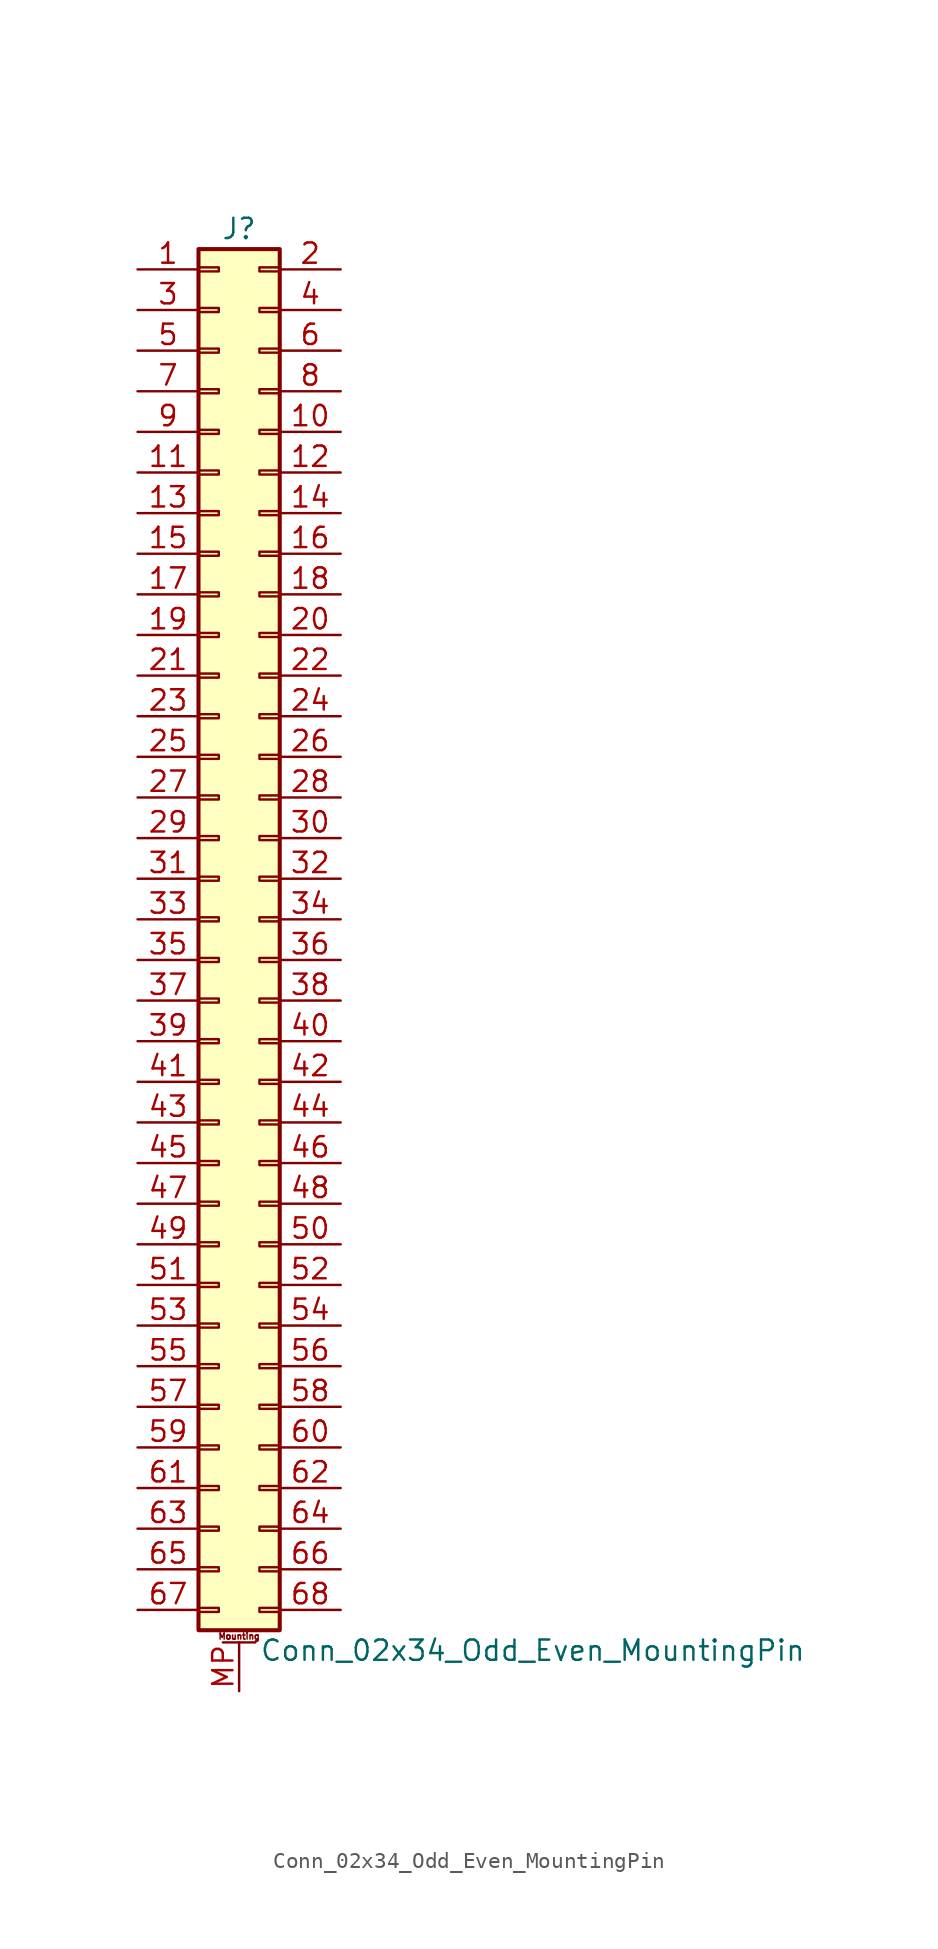
<source format=kicad_sym>
(kicad_symbol_lib
  (version 20201005)
  (generator kicad_symbol_editor)
  (symbol "Conn_02x34_Odd_Even_MountingPin"
    (pin_names
      (offset 1.016) hide)
    (property "Reference" "J"
      (at 1.27 43.18 0)
      (effects (font (size 1.27 1.27))))
    (property "Value" "Conn_02x34_Odd_Even_MountingPin"
      (at 2.54 -45.72 0)
      (effects (font (size 1.27 1.27)) (justify left)))
    (symbol "Conn_02x34_Odd_Even_MountingPin_1_1"
      (text "Mounting" (at 1.27 -44.831 0) (effects (font (size 0.381 0.381))))
      (rectangle (start -1.27 -43.053) (end 0 -43.307) (stroke (width 0.152)) (fill (type none)))
      (rectangle (start -1.27 -40.513) (end 0 -40.767) (stroke (width 0.152)) (fill (type none)))
      (rectangle (start -1.27 -37.973) (end 0 -38.227) (stroke (width 0.152)) (fill (type none)))
      (rectangle (start -1.27 -35.433) (end 0 -35.687) (stroke (width 0.152)) (fill (type none)))
      (rectangle (start -1.27 -32.893) (end 0 -33.147) (stroke (width 0.152)) (fill (type none)))
      (rectangle (start -1.27 -30.353) (end 0 -30.607) (stroke (width 0.152)) (fill (type none)))
      (rectangle (start -1.27 -27.813) (end 0 -28.067) (stroke (width 0.152)) (fill (type none)))
      (rectangle (start -1.27 -25.273) (end 0 -25.527) (stroke (width 0.152)) (fill (type none)))
      (rectangle (start -1.27 -22.733) (end 0 -22.987) (stroke (width 0.152)) (fill (type none)))
      (rectangle (start -1.27 -20.193) (end 0 -20.447) (stroke (width 0.152)) (fill (type none)))
      (rectangle (start -1.27 -17.653) (end 0 -17.907) (stroke (width 0.152)) (fill (type none)))
      (rectangle (start -1.27 -15.113) (end 0 -15.367) (stroke (width 0.152)) (fill (type none)))
      (rectangle (start -1.27 -12.573) (end 0 -12.827) (stroke (width 0.152)) (fill (type none)))
      (rectangle (start -1.27 -10.033) (end 0 -10.287) (stroke (width 0.152)) (fill (type none)))
      (rectangle (start -1.27 -7.493) (end 0 -7.747) (stroke (width 0.152)) (fill (type none)))
      (rectangle (start -1.27 -4.953) (end 0 -5.207) (stroke (width 0.152)) (fill (type none)))
      (rectangle (start -1.27 -2.413) (end 0 -2.667) (stroke (width 0.152)) (fill (type none)))
      (rectangle (start -1.27 0.127) (end 0 -0.127) (stroke (width 0.152)) (fill (type none)))
      (rectangle (start -1.27 2.667) (end 0 2.413) (stroke (width 0.152)) (fill (type none)))
      (rectangle (start -1.27 5.207) (end 0 4.953) (stroke (width 0.152)) (fill (type none)))
      (rectangle (start -1.27 7.747) (end 0 7.493) (stroke (width 0.152)) (fill (type none)))
      (rectangle (start -1.27 10.287) (end 0 10.033) (stroke (width 0.152)) (fill (type none)))
      (rectangle (start -1.27 12.827) (end 0 12.573) (stroke (width 0.152)) (fill (type none)))
      (rectangle (start -1.27 15.367) (end 0 15.113) (stroke (width 0.152)) (fill (type none)))
      (rectangle (start -1.27 17.907) (end 0 17.653) (stroke (width 0.152)) (fill (type none)))
      (rectangle (start -1.27 20.447) (end 0 20.193) (stroke (width 0.152)) (fill (type none)))
      (rectangle (start -1.27 22.987) (end 0 22.733) (stroke (width 0.152)) (fill (type none)))
      (rectangle (start -1.27 25.527) (end 0 25.273) (stroke (width 0.152)) (fill (type none)))
      (rectangle (start -1.27 28.067) (end 0 27.813) (stroke (width 0.152)) (fill (type none)))
      (rectangle (start -1.27 30.607) (end 0 30.353) (stroke (width 0.152)) (fill (type none)))
      (rectangle (start -1.27 33.147) (end 0 32.893) (stroke (width 0.152)) (fill (type none)))
      (rectangle (start -1.27 35.687) (end 0 35.433) (stroke (width 0.152)) (fill (type none)))
      (rectangle (start -1.27 38.227) (end 0 37.973) (stroke (width 0.152)) (fill (type none)))
      (rectangle (start -1.27 40.767) (end 0 40.513) (stroke (width 0.152)) (fill (type none)))
      (rectangle (start 3.81 -43.053) (end 2.54 -43.307) (stroke (width 0.152)) (fill (type none)))
      (rectangle (start 3.81 -40.513) (end 2.54 -40.767) (stroke (width 0.152)) (fill (type none)))
      (rectangle (start 3.81 -37.973) (end 2.54 -38.227) (stroke (width 0.152)) (fill (type none)))
      (rectangle (start 3.81 -35.433) (end 2.54 -35.687) (stroke (width 0.152)) (fill (type none)))
      (rectangle (start 3.81 -32.893) (end 2.54 -33.147) (stroke (width 0.152)) (fill (type none)))
      (rectangle (start 3.81 -30.353) (end 2.54 -30.607) (stroke (width 0.152)) (fill (type none)))
      (rectangle (start 3.81 -27.813) (end 2.54 -28.067) (stroke (width 0.152)) (fill (type none)))
      (rectangle (start 3.81 -25.273) (end 2.54 -25.527) (stroke (width 0.152)) (fill (type none)))
      (rectangle (start 3.81 -22.733) (end 2.54 -22.987) (stroke (width 0.152)) (fill (type none)))
      (rectangle (start 3.81 -20.193) (end 2.54 -20.447) (stroke (width 0.152)) (fill (type none)))
      (rectangle (start 3.81 -17.653) (end 2.54 -17.907) (stroke (width 0.152)) (fill (type none)))
      (rectangle (start 3.81 -15.113) (end 2.54 -15.367) (stroke (width 0.152)) (fill (type none)))
      (rectangle (start 3.81 -12.573) (end 2.54 -12.827) (stroke (width 0.152)) (fill (type none)))
      (rectangle (start 3.81 -10.033) (end 2.54 -10.287) (stroke (width 0.152)) (fill (type none)))
      (rectangle (start 3.81 -7.493) (end 2.54 -7.747) (stroke (width 0.152)) (fill (type none)))
      (rectangle (start 3.81 -4.953) (end 2.54 -5.207) (stroke (width 0.152)) (fill (type none)))
      (rectangle (start 3.81 -2.413) (end 2.54 -2.667) (stroke (width 0.152)) (fill (type none)))
      (rectangle (start 3.81 0.127) (end 2.54 -0.127) (stroke (width 0.152)) (fill (type none)))
      (rectangle (start 3.81 2.667) (end 2.54 2.413) (stroke (width 0.152)) (fill (type none)))
      (rectangle (start 3.81 5.207) (end 2.54 4.953) (stroke (width 0.152)) (fill (type none)))
      (rectangle (start 3.81 7.747) (end 2.54 7.493) (stroke (width 0.152)) (fill (type none)))
      (rectangle (start 3.81 10.287) (end 2.54 10.033) (stroke (width 0.152)) (fill (type none)))
      (rectangle (start 3.81 12.827) (end 2.54 12.573) (stroke (width 0.152)) (fill (type none)))
      (rectangle (start 3.81 15.367) (end 2.54 15.113) (stroke (width 0.152)) (fill (type none)))
      (rectangle (start 3.81 17.907) (end 2.54 17.653) (stroke (width 0.152)) (fill (type none)))
      (rectangle (start 3.81 20.447) (end 2.54 20.193) (stroke (width 0.152)) (fill (type none)))
      (rectangle (start 3.81 22.987) (end 2.54 22.733) (stroke (width 0.152)) (fill (type none)))
      (rectangle (start 3.81 25.527) (end 2.54 25.273) (stroke (width 0.152)) (fill (type none)))
      (rectangle (start 3.81 28.067) (end 2.54 27.813) (stroke (width 0.152)) (fill (type none)))
      (rectangle (start 3.81 30.607) (end 2.54 30.353) (stroke (width 0.152)) (fill (type none)))
      (rectangle (start 3.81 33.147) (end 2.54 32.893) (stroke (width 0.152)) (fill (type none)))
      (rectangle (start 3.81 35.687) (end 2.54 35.433) (stroke (width 0.152)) (fill (type none)))
      (rectangle (start 3.81 38.227) (end 2.54 37.973) (stroke (width 0.152)) (fill (type none)))
      (rectangle (start 3.81 40.767) (end 2.54 40.513) (stroke (width 0.152)) (fill (type none)))
      (rectangle (start -1.27 41.91) (end 3.81 -44.45) (stroke (width 0.254)) (fill (type background)))
      (polyline (pts (xy 0.254 -45.212) (xy 2.286 -45.212)) (stroke (width 0.152)) (fill (type none)))
      (pin passive line (at -5.08 40.64 0) (length 3.81) (name "Pin_1" (effects (font (size 1.27 1.27)))) (number "1" (effects (font (size 1.27 1.27)))))
      (pin passive line (at 7.62 30.48 180) (length 3.81) (name "Pin_10" (effects (font (size 1.27 1.27)))) (number "10" (effects (font (size 1.27 1.27)))))
      (pin passive line (at -5.08 27.94 0) (length 3.81) (name "Pin_11" (effects (font (size 1.27 1.27)))) (number "11" (effects (font (size 1.27 1.27)))))
      (pin passive line (at 7.62 27.94 180) (length 3.81) (name "Pin_12" (effects (font (size 1.27 1.27)))) (number "12" (effects (font (size 1.27 1.27)))))
      (pin passive line (at -5.08 25.4 0) (length 3.81) (name "Pin_13" (effects (font (size 1.27 1.27)))) (number "13" (effects (font (size 1.27 1.27)))))
      (pin passive line (at 7.62 25.4 180) (length 3.81) (name "Pin_14" (effects (font (size 1.27 1.27)))) (number "14" (effects (font (size 1.27 1.27)))))
      (pin passive line (at -5.08 22.86 0) (length 3.81) (name "Pin_15" (effects (font (size 1.27 1.27)))) (number "15" (effects (font (size 1.27 1.27)))))
      (pin passive line (at 7.62 22.86 180) (length 3.81) (name "Pin_16" (effects (font (size 1.27 1.27)))) (number "16" (effects (font (size 1.27 1.27)))))
      (pin passive line (at -5.08 20.32 0) (length 3.81) (name "Pin_17" (effects (font (size 1.27 1.27)))) (number "17" (effects (font (size 1.27 1.27)))))
      (pin passive line (at 7.62 20.32 180) (length 3.81) (name "Pin_18" (effects (font (size 1.27 1.27)))) (number "18" (effects (font (size 1.27 1.27)))))
      (pin passive line (at -5.08 17.78 0) (length 3.81) (name "Pin_19" (effects (font (size 1.27 1.27)))) (number "19" (effects (font (size 1.27 1.27)))))
      (pin passive line (at 7.62 40.64 180) (length 3.81) (name "Pin_2" (effects (font (size 1.27 1.27)))) (number "2" (effects (font (size 1.27 1.27)))))
      (pin passive line (at 7.62 17.78 180) (length 3.81) (name "Pin_20" (effects (font (size 1.27 1.27)))) (number "20" (effects (font (size 1.27 1.27)))))
      (pin passive line (at -5.08 15.24 0) (length 3.81) (name "Pin_21" (effects (font (size 1.27 1.27)))) (number "21" (effects (font (size 1.27 1.27)))))
      (pin passive line (at 7.62 15.24 180) (length 3.81) (name "Pin_22" (effects (font (size 1.27 1.27)))) (number "22" (effects (font (size 1.27 1.27)))))
      (pin passive line (at -5.08 12.7 0) (length 3.81) (name "Pin_23" (effects (font (size 1.27 1.27)))) (number "23" (effects (font (size 1.27 1.27)))))
      (pin passive line (at 7.62 12.7 180) (length 3.81) (name "Pin_24" (effects (font (size 1.27 1.27)))) (number "24" (effects (font (size 1.27 1.27)))))
      (pin passive line (at -5.08 10.16 0) (length 3.81) (name "Pin_25" (effects (font (size 1.27 1.27)))) (number "25" (effects (font (size 1.27 1.27)))))
      (pin passive line (at 7.62 10.16 180) (length 3.81) (name "Pin_26" (effects (font (size 1.27 1.27)))) (number "26" (effects (font (size 1.27 1.27)))))
      (pin passive line (at -5.08 7.62 0) (length 3.81) (name "Pin_27" (effects (font (size 1.27 1.27)))) (number "27" (effects (font (size 1.27 1.27)))))
      (pin passive line (at 7.62 7.62 180) (length 3.81) (name "Pin_28" (effects (font (size 1.27 1.27)))) (number "28" (effects (font (size 1.27 1.27)))))
      (pin passive line (at -5.08 5.08 0) (length 3.81) (name "Pin_29" (effects (font (size 1.27 1.27)))) (number "29" (effects (font (size 1.27 1.27)))))
      (pin passive line (at -5.08 38.1 0) (length 3.81) (name "Pin_3" (effects (font (size 1.27 1.27)))) (number "3" (effects (font (size 1.27 1.27)))))
      (pin passive line (at 7.62 5.08 180) (length 3.81) (name "Pin_30" (effects (font (size 1.27 1.27)))) (number "30" (effects (font (size 1.27 1.27)))))
      (pin passive line (at -5.08 2.54 0) (length 3.81) (name "Pin_31" (effects (font (size 1.27 1.27)))) (number "31" (effects (font (size 1.27 1.27)))))
      (pin passive line (at 7.62 2.54 180) (length 3.81) (name "Pin_32" (effects (font (size 1.27 1.27)))) (number "32" (effects (font (size 1.27 1.27)))))
      (pin passive line (at -5.08 0 0) (length 3.81) (name "Pin_33" (effects (font (size 1.27 1.27)))) (number "33" (effects (font (size 1.27 1.27)))))
      (pin passive line (at 7.62 0 180) (length 3.81) (name "Pin_34" (effects (font (size 1.27 1.27)))) (number "34" (effects (font (size 1.27 1.27)))))
      (pin passive line (at -5.08 -2.54 0) (length 3.81) (name "Pin_35" (effects (font (size 1.27 1.27)))) (number "35" (effects (font (size 1.27 1.27)))))
      (pin passive line (at 7.62 -2.54 180) (length 3.81) (name "Pin_36" (effects (font (size 1.27 1.27)))) (number "36" (effects (font (size 1.27 1.27)))))
      (pin passive line (at -5.08 -5.08 0) (length 3.81) (name "Pin_37" (effects (font (size 1.27 1.27)))) (number "37" (effects (font (size 1.27 1.27)))))
      (pin passive line (at 7.62 -5.08 180) (length 3.81) (name "Pin_38" (effects (font (size 1.27 1.27)))) (number "38" (effects (font (size 1.27 1.27)))))
      (pin passive line (at -5.08 -7.62 0) (length 3.81) (name "Pin_39" (effects (font (size 1.27 1.27)))) (number "39" (effects (font (size 1.27 1.27)))))
      (pin passive line (at 7.62 38.1 180) (length 3.81) (name "Pin_4" (effects (font (size 1.27 1.27)))) (number "4" (effects (font (size 1.27 1.27)))))
      (pin passive line (at 7.62 -7.62 180) (length 3.81) (name "Pin_40" (effects (font (size 1.27 1.27)))) (number "40" (effects (font (size 1.27 1.27)))))
      (pin passive line (at -5.08 -10.16 0) (length 3.81) (name "Pin_41" (effects (font (size 1.27 1.27)))) (number "41" (effects (font (size 1.27 1.27)))))
      (pin passive line (at 7.62 -10.16 180) (length 3.81) (name "Pin_42" (effects (font (size 1.27 1.27)))) (number "42" (effects (font (size 1.27 1.27)))))
      (pin passive line (at -5.08 -12.7 0) (length 3.81) (name "Pin_43" (effects (font (size 1.27 1.27)))) (number "43" (effects (font (size 1.27 1.27)))))
      (pin passive line (at 7.62 -12.7 180) (length 3.81) (name "Pin_44" (effects (font (size 1.27 1.27)))) (number "44" (effects (font (size 1.27 1.27)))))
      (pin passive line (at -5.08 -15.24 0) (length 3.81) (name "Pin_45" (effects (font (size 1.27 1.27)))) (number "45" (effects (font (size 1.27 1.27)))))
      (pin passive line (at 7.62 -15.24 180) (length 3.81) (name "Pin_46" (effects (font (size 1.27 1.27)))) (number "46" (effects (font (size 1.27 1.27)))))
      (pin passive line (at -5.08 -17.78 0) (length 3.81) (name "Pin_47" (effects (font (size 1.27 1.27)))) (number "47" (effects (font (size 1.27 1.27)))))
      (pin passive line (at 7.62 -17.78 180) (length 3.81) (name "Pin_48" (effects (font (size 1.27 1.27)))) (number "48" (effects (font (size 1.27 1.27)))))
      (pin passive line (at -5.08 -20.32 0) (length 3.81) (name "Pin_49" (effects (font (size 1.27 1.27)))) (number "49" (effects (font (size 1.27 1.27)))))
      (pin passive line (at -5.08 35.56 0) (length 3.81) (name "Pin_5" (effects (font (size 1.27 1.27)))) (number "5" (effects (font (size 1.27 1.27)))))
      (pin passive line (at 7.62 -20.32 180) (length 3.81) (name "Pin_50" (effects (font (size 1.27 1.27)))) (number "50" (effects (font (size 1.27 1.27)))))
      (pin passive line (at -5.08 -22.86 0) (length 3.81) (name "Pin_51" (effects (font (size 1.27 1.27)))) (number "51" (effects (font (size 1.27 1.27)))))
      (pin passive line (at 7.62 -22.86 180) (length 3.81) (name "Pin_52" (effects (font (size 1.27 1.27)))) (number "52" (effects (font (size 1.27 1.27)))))
      (pin passive line (at -5.08 -25.4 0) (length 3.81) (name "Pin_53" (effects (font (size 1.27 1.27)))) (number "53" (effects (font (size 1.27 1.27)))))
      (pin passive line (at 7.62 -25.4 180) (length 3.81) (name "Pin_54" (effects (font (size 1.27 1.27)))) (number "54" (effects (font (size 1.27 1.27)))))
      (pin passive line (at -5.08 -27.94 0) (length 3.81) (name "Pin_55" (effects (font (size 1.27 1.27)))) (number "55" (effects (font (size 1.27 1.27)))))
      (pin passive line (at 7.62 -27.94 180) (length 3.81) (name "Pin_56" (effects (font (size 1.27 1.27)))) (number "56" (effects (font (size 1.27 1.27)))))
      (pin passive line (at -5.08 -30.48 0) (length 3.81) (name "Pin_57" (effects (font (size 1.27 1.27)))) (number "57" (effects (font (size 1.27 1.27)))))
      (pin passive line (at 7.62 -30.48 180) (length 3.81) (name "Pin_58" (effects (font (size 1.27 1.27)))) (number "58" (effects (font (size 1.27 1.27)))))
      (pin passive line (at -5.08 -33.02 0) (length 3.81) (name "Pin_59" (effects (font (size 1.27 1.27)))) (number "59" (effects (font (size 1.27 1.27)))))
      (pin passive line (at 7.62 35.56 180) (length 3.81) (name "Pin_6" (effects (font (size 1.27 1.27)))) (number "6" (effects (font (size 1.27 1.27)))))
      (pin passive line (at 7.62 -33.02 180) (length 3.81) (name "Pin_60" (effects (font (size 1.27 1.27)))) (number "60" (effects (font (size 1.27 1.27)))))
      (pin passive line (at -5.08 -35.56 0) (length 3.81) (name "Pin_61" (effects (font (size 1.27 1.27)))) (number "61" (effects (font (size 1.27 1.27)))))
      (pin passive line (at 7.62 -35.56 180) (length 3.81) (name "Pin_62" (effects (font (size 1.27 1.27)))) (number "62" (effects (font (size 1.27 1.27)))))
      (pin passive line (at -5.08 -38.1 0) (length 3.81) (name "Pin_63" (effects (font (size 1.27 1.27)))) (number "63" (effects (font (size 1.27 1.27)))))
      (pin passive line (at 7.62 -38.1 180) (length 3.81) (name "Pin_64" (effects (font (size 1.27 1.27)))) (number "64" (effects (font (size 1.27 1.27)))))
      (pin passive line (at -5.08 -40.64 0) (length 3.81) (name "Pin_65" (effects (font (size 1.27 1.27)))) (number "65" (effects (font (size 1.27 1.27)))))
      (pin passive line (at 7.62 -40.64 180) (length 3.81) (name "Pin_66" (effects (font (size 1.27 1.27)))) (number "66" (effects (font (size 1.27 1.27)))))
      (pin passive line (at -5.08 -43.18 0) (length 3.81) (name "Pin_67" (effects (font (size 1.27 1.27)))) (number "67" (effects (font (size 1.27 1.27)))))
      (pin passive line (at 7.62 -43.18 180) (length 3.81) (name "Pin_68" (effects (font (size 1.27 1.27)))) (number "68" (effects (font (size 1.27 1.27)))))
      (pin passive line (at -5.08 33.02 0) (length 3.81) (name "Pin_7" (effects (font (size 1.27 1.27)))) (number "7" (effects (font (size 1.27 1.27)))))
      (pin passive line (at 7.62 33.02 180) (length 3.81) (name "Pin_8" (effects (font (size 1.27 1.27)))) (number "8" (effects (font (size 1.27 1.27)))))
      (pin passive line (at -5.08 30.48 0) (length 3.81) (name "Pin_9" (effects (font (size 1.27 1.27)))) (number "9" (effects (font (size 1.27 1.27)))))
      (pin passive line (at 1.27 -48.26 90) (length 3.048) (name "MountPin" (effects (font (size 1.27 1.27)))) (number "MP" (effects (font (size 1.27 1.27))))))))
</source>
